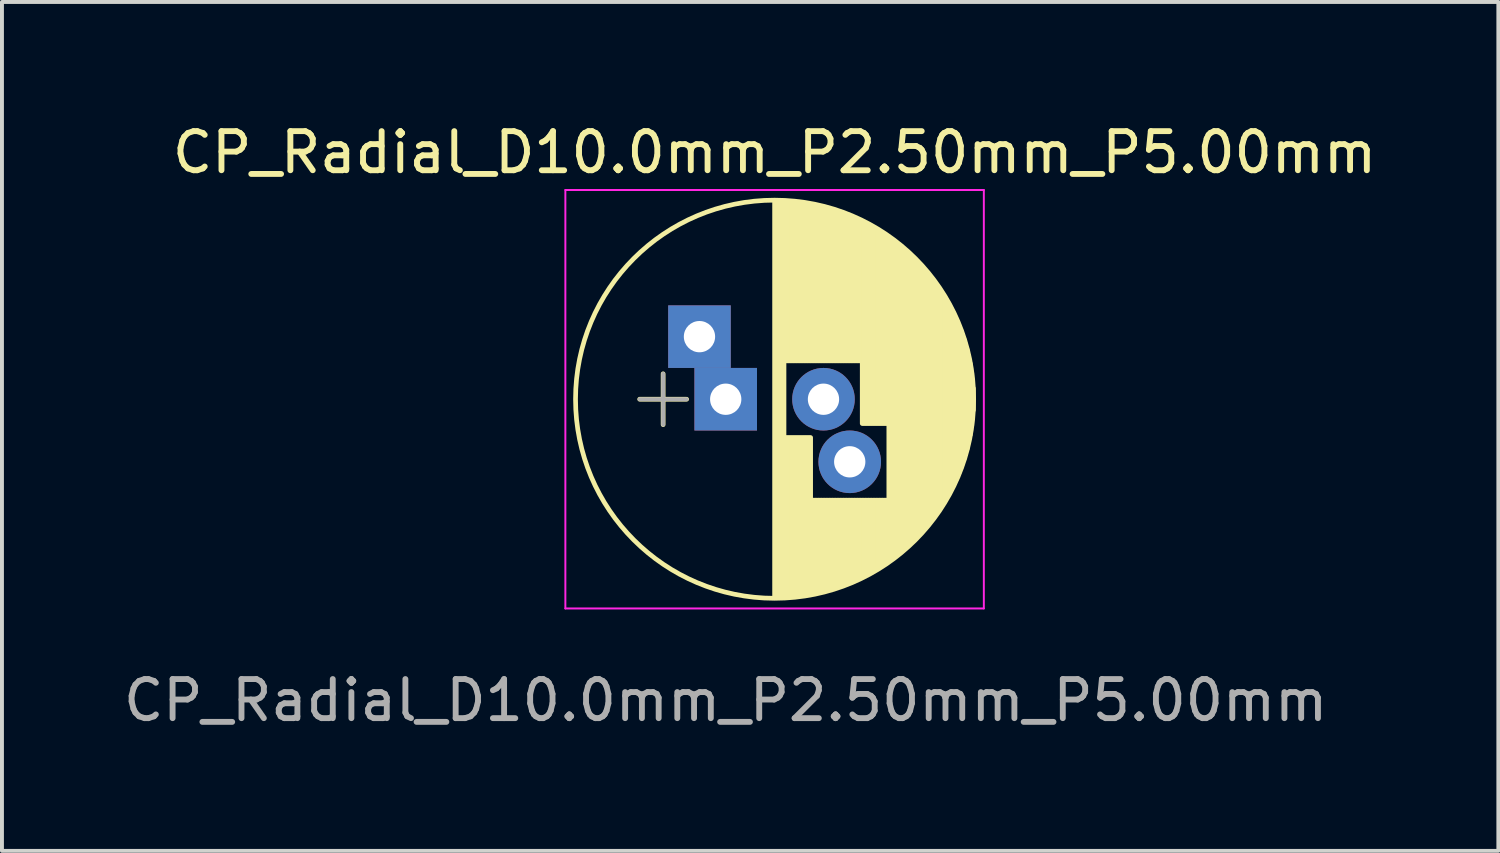
<source format=kicad_pcb>
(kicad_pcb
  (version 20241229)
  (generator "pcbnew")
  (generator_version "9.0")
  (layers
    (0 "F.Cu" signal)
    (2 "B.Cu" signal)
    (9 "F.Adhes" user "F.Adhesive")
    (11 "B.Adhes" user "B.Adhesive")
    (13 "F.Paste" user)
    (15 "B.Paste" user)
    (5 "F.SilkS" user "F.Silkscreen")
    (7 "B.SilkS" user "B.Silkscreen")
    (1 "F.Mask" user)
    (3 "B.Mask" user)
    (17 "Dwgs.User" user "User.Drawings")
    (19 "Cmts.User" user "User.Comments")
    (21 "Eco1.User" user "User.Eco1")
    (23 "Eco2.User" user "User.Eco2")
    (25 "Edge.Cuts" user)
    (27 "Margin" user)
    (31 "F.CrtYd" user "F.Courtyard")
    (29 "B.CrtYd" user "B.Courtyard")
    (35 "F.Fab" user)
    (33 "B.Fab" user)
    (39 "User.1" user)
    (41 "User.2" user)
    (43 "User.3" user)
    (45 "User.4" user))
  (footprint "CP_Radial_D10.0mm_P2.50mm_P5.00mm"
    (layer "F.Cu")
    (at 15.506 7.158)
    (property "Reference" "CP_Radial_D10.0mm_P2.50mm_P5.00mm" (at 1.25 -6.31 0) (layer "F.SilkS") (effects (font (size 1 1) (thickness 0.15))))
    (attr through_hole)
    (fp_line (start -2.2 0) (end -1 0) (stroke (width 0.12) (type solid)) (layer "F.SilkS"))
    (fp_line (start -1.6 -0.65) (end -1.6 0.65) (stroke (width 0.12) (type solid)) (layer "F.SilkS"))
    (fp_line (start 1.25 -5.05) (end 1.25 5.05) (stroke (width 0.12) (type solid)) (layer "F.SilkS"))
    (fp_line (start 1.29 -5.05) (end 1.29 5.05) (stroke (width 0.12) (type solid)) (layer "F.SilkS"))
    (fp_line (start 1.33 -5.05) (end 1.33 5.05) (stroke (width 0.12) (type solid)) (layer "F.SilkS"))
    (fp_line (start 1.37 -5.049) (end 1.37 5.049) (stroke (width 0.12) (type solid)) (layer "F.SilkS"))
    (fp_line (start 1.41 -5.048) (end 1.41 5.048) (stroke (width 0.12) (type solid)) (layer "F.SilkS"))
    (fp_line (start 1.45 -5.047) (end 1.45 5.047) (stroke (width 0.12) (type solid)) (layer "F.SilkS"))
    (fp_line (start 1.49 -5.045) (end 1.49 5.045) (stroke (width 0.12) (type solid)) (layer "F.SilkS"))
    (fp_line (start 1.53 -5.043) (end 1.53 -0.98) (stroke (width 0.12) (type solid)) (layer "F.SilkS"))
    (fp_line (start 1.53 0.98) (end 1.53 5.043) (stroke (width 0.12) (type solid)) (layer "F.SilkS"))
    (fp_line (start 1.57 -5.04) (end 1.57 -0.98) (stroke (width 0.12) (type solid)) (layer "F.SilkS"))
    (fp_line (start 1.57 0.98) (end 1.57 5.04) (stroke (width 0.12) (type solid)) (layer "F.SilkS"))
    (fp_line (start 1.61 -5.038) (end 1.61 -0.98) (stroke (width 0.12) (type solid)) (layer "F.SilkS"))
    (fp_line (start 1.61 0.98) (end 1.61 5.038) (stroke (width 0.12) (type solid)) (layer "F.SilkS"))
    (fp_line (start 1.65 -5.035) (end 1.65 -0.98) (stroke (width 0.12) (type solid)) (layer "F.SilkS"))
    (fp_line (start 1.65 0.98) (end 1.65 5.035) (stroke (width 0.12) (type solid)) (layer "F.SilkS"))
    (fp_line (start 1.69 -5.031) (end 1.69 -0.98) (stroke (width 0.12) (type solid)) (layer "F.SilkS"))
    (fp_line (start 1.69 0.98) (end 1.69 5.031) (stroke (width 0.12) (type solid)) (layer "F.SilkS"))
    (fp_line (start 1.73 -5.028) (end 1.73 -0.98) (stroke (width 0.12) (type solid)) (layer "F.SilkS"))
    (fp_line (start 1.73 0.98) (end 1.73 5.028) (stroke (width 0.12) (type solid)) (layer "F.SilkS"))
    (fp_line (start 1.77 -5.024) (end 1.77 -0.98) (stroke (width 0.12) (type solid)) (layer "F.SilkS"))
    (fp_line (start 1.77 0.98) (end 1.77 5.024) (stroke (width 0.12) (type solid)) (layer "F.SilkS"))
    (fp_line (start 1.81 -5.02) (end 1.81 -0.98) (stroke (width 0.12) (type solid)) (layer "F.SilkS"))
    (fp_line (start 1.81 0.98) (end 1.81 5.02) (stroke (width 0.12) (type solid)) (layer "F.SilkS"))
    (fp_line (start 1.85 -5.015) (end 1.85 -0.98) (stroke (width 0.12) (type solid)) (layer "F.SilkS"))
    (fp_line (start 1.85 0.98) (end 1.85 5.015) (stroke (width 0.12) (type solid)) (layer "F.SilkS"))
    (fp_line (start 1.89 -5.01) (end 1.89 -0.98) (stroke (width 0.12) (type solid)) (layer "F.SilkS"))
    (fp_line (start 1.89 0.98) (end 1.89 5.01) (stroke (width 0.12) (type solid)) (layer "F.SilkS"))
    (fp_line (start 1.93 -5.005) (end 1.93 -0.98) (stroke (width 0.12) (type solid)) (layer "F.SilkS"))
    (fp_line (start 1.93 0.98) (end 1.93 5.005) (stroke (width 0.12) (type solid)) (layer "F.SilkS"))
    (fp_line (start 1.971 -4.999) (end 1.971 -0.98) (stroke (width 0.12) (type solid)) (layer "F.SilkS"))
    (fp_line (start 1.971 0.98) (end 1.971 4.999) (stroke (width 0.12) (type solid)) (layer "F.SilkS"))
    (fp_line (start 2.011 -4.993) (end 2.011 -0.98) (stroke (width 0.12) (type solid)) (layer "F.SilkS"))
    (fp_line (start 2.011 0.98) (end 2.011 4.993) (stroke (width 0.12) (type solid)) (layer "F.SilkS"))
    (fp_line (start 2.051 -4.987) (end 2.051 -0.98) (stroke (width 0.12) (type solid)) (layer "F.SilkS"))
    (fp_line (start 2.051 0.98) (end 2.051 4.987) (stroke (width 0.12) (type solid)) (layer "F.SilkS"))
    (fp_line (start 2.091 -4.981) (end 2.091 -0.98) (stroke (width 0.12) (type solid)) (layer "F.SilkS"))
    (fp_line (start 2.091 0.98) (end 2.091 4.981) (stroke (width 0.12) (type solid)) (layer "F.SilkS"))
    (fp_line (start 2.131 -4.974) (end 2.131 -0.98) (stroke (width 0.12) (type solid)) (layer "F.SilkS"))
    (fp_line (start 2.131 0.98) (end 2.131 4.974) (stroke (width 0.12) (type solid)) (layer "F.SilkS"))
    (fp_line (start 2.171 -4.967) (end 2.171 -0.98) (stroke (width 0.12) (type solid)) (layer "F.SilkS"))
    (fp_line (start 2.171 0.98) (end 2.171 4.967) (stroke (width 0.12) (type solid)) (layer "F.SilkS"))
    (fp_line (start 2.211 -4.959) (end 2.211 -0.98) (stroke (width 0.12) (type solid)) (layer "F.SilkS"))
    (fp_line (start 2.211 2.58) (end 2.211 4.959) (stroke (width 0.12) (type solid)) (layer "F.SilkS"))
    (fp_line (start 2.251 -4.951) (end 2.251 -0.98) (stroke (width 0.12) (type solid)) (layer "F.SilkS"))
    (fp_line (start 2.251 2.58) (end 2.251 4.951) (stroke (width 0.12) (type solid)) (layer "F.SilkS"))
    (fp_line (start 2.291 -4.943) (end 2.291 -0.98) (stroke (width 0.12) (type solid)) (layer "F.SilkS"))
    (fp_line (start 2.291 2.58) (end 2.291 4.943) (stroke (width 0.12) (type solid)) (layer "F.SilkS"))
    (fp_line (start 2.331 -4.935) (end 2.331 -0.98) (stroke (width 0.12) (type solid)) (layer "F.SilkS"))
    (fp_line (start 2.331 2.58) (end 2.331 4.935) (stroke (width 0.12) (type solid)) (layer "F.SilkS"))
    (fp_line (start 2.371 -4.926) (end 2.371 -0.98) (stroke (width 0.12) (type solid)) (layer "F.SilkS"))
    (fp_line (start 2.371 2.58) (end 2.371 4.926) (stroke (width 0.12) (type solid)) (layer "F.SilkS"))
    (fp_line (start 2.411 -4.917) (end 2.411 -0.98) (stroke (width 0.12) (type solid)) (layer "F.SilkS"))
    (fp_line (start 2.411 2.58) (end 2.411 4.917) (stroke (width 0.12) (type solid)) (layer "F.SilkS"))
    (fp_line (start 2.451 -4.907) (end 2.451 -0.98) (stroke (width 0.12) (type solid)) (layer "F.SilkS"))
    (fp_line (start 2.451 2.58) (end 2.451 4.907) (stroke (width 0.12) (type solid)) (layer "F.SilkS"))
    (fp_line (start 2.491 -4.897) (end 2.491 -0.98) (stroke (width 0.12) (type solid)) (layer "F.SilkS"))
    (fp_line (start 2.491 2.58) (end 2.491 4.897) (stroke (width 0.12) (type solid)) (layer "F.SilkS"))
    (fp_line (start 2.531 -4.887) (end 2.531 -0.98) (stroke (width 0.12) (type solid)) (layer "F.SilkS"))
    (fp_line (start 2.531 2.58) (end 2.531 4.887) (stroke (width 0.12) (type solid)) (layer "F.SilkS"))
    (fp_line (start 2.571 -4.876) (end 2.571 -0.98) (stroke (width 0.12) (type solid)) (layer "F.SilkS"))
    (fp_line (start 2.571 2.58) (end 2.571 4.876) (stroke (width 0.12) (type solid)) (layer "F.SilkS"))
    (fp_line (start 2.611 -4.865) (end 2.611 -0.98) (stroke (width 0.12) (type solid)) (layer "F.SilkS"))
    (fp_line (start 2.611 2.58) (end 2.611 4.865) (stroke (width 0.12) (type solid)) (layer "F.SilkS"))
    (fp_line (start 2.651 -4.854) (end 2.651 -0.98) (stroke (width 0.12) (type solid)) (layer "F.SilkS"))
    (fp_line (start 2.651 2.58) (end 2.651 4.854) (stroke (width 0.12) (type solid)) (layer "F.SilkS"))
    (fp_line (start 2.691 -4.843) (end 2.691 -0.98) (stroke (width 0.12) (type solid)) (layer "F.SilkS"))
    (fp_line (start 2.691 2.58) (end 2.691 4.843) (stroke (width 0.12) (type solid)) (layer "F.SilkS"))
    (fp_line (start 2.731 -4.831) (end 2.731 -0.98) (stroke (width 0.12) (type solid)) (layer "F.SilkS"))
    (fp_line (start 2.731 2.58) (end 2.731 4.831) (stroke (width 0.12) (type solid)) (layer "F.SilkS"))
    (fp_line (start 2.771 -4.818) (end 2.771 -0.98) (stroke (width 0.12) (type solid)) (layer "F.SilkS"))
    (fp_line (start 2.771 2.58) (end 2.771 4.818) (stroke (width 0.12) (type solid)) (layer "F.SilkS"))
    (fp_line (start 2.811 -4.806) (end 2.811 -0.98) (stroke (width 0.12) (type solid)) (layer "F.SilkS"))
    (fp_line (start 2.811 2.58) (end 2.811 4.806) (stroke (width 0.12) (type solid)) (layer "F.SilkS"))
    (fp_line (start 2.851 -4.792) (end 2.851 -0.98) (stroke (width 0.12) (type solid)) (layer "F.SilkS"))
    (fp_line (start 2.851 2.58) (end 2.851 4.792) (stroke (width 0.12) (type solid)) (layer "F.SilkS"))
    (fp_line (start 2.891 -4.779) (end 2.891 -0.98) (stroke (width 0.12) (type solid)) (layer "F.SilkS"))
    (fp_line (start 2.891 2.58) (end 2.891 4.779) (stroke (width 0.12) (type solid)) (layer "F.SilkS"))
    (fp_line (start 2.931 -4.765) (end 2.931 -0.98) (stroke (width 0.12) (type solid)) (layer "F.SilkS"))
    (fp_line (start 2.931 2.58) (end 2.931 4.765) (stroke (width 0.12) (type solid)) (layer "F.SilkS"))
    (fp_line (start 2.971 -4.751) (end 2.971 -0.98) (stroke (width 0.12) (type solid)) (layer "F.SilkS"))
    (fp_line (start 2.971 2.58) (end 2.971 4.751) (stroke (width 0.12) (type solid)) (layer "F.SilkS"))
    (fp_line (start 3.011 -4.737) (end 3.011 -0.98) (stroke (width 0.12) (type solid)) (layer "F.SilkS"))
    (fp_line (start 3.011 2.58) (end 3.011 4.737) (stroke (width 0.12) (type solid)) (layer "F.SilkS"))
    (fp_line (start 3.051 -4.722) (end 3.051 -0.98) (stroke (width 0.12) (type solid)) (layer "F.SilkS"))
    (fp_line (start 3.051 2.58) (end 3.051 4.722) (stroke (width 0.12) (type solid)) (layer "F.SilkS"))
    (fp_line (start 3.091 -4.706) (end 3.091 -0.98) (stroke (width 0.12) (type solid)) (layer "F.SilkS"))
    (fp_line (start 3.091 2.58) (end 3.091 4.706) (stroke (width 0.12) (type solid)) (layer "F.SilkS"))
    (fp_line (start 3.131 -4.691) (end 3.131 -0.98) (stroke (width 0.12) (type solid)) (layer "F.SilkS"))
    (fp_line (start 3.131 2.58) (end 3.131 4.691) (stroke (width 0.12) (type solid)) (layer "F.SilkS"))
    (fp_line (start 3.171 -4.674) (end 3.171 -0.98) (stroke (width 0.12) (type solid)) (layer "F.SilkS"))
    (fp_line (start 3.171 2.58) (end 3.171 4.674) (stroke (width 0.12) (type solid)) (layer "F.SilkS"))
    (fp_line (start 3.211 -4.658) (end 3.211 -0.98) (stroke (width 0.12) (type solid)) (layer "F.SilkS"))
    (fp_line (start 3.211 2.58) (end 3.211 4.658) (stroke (width 0.12) (type solid)) (layer "F.SilkS"))
    (fp_line (start 3.251 -4.641) (end 3.251 -0.98) (stroke (width 0.12) (type solid)) (layer "F.SilkS"))
    (fp_line (start 3.251 2.58) (end 3.251 4.641) (stroke (width 0.12) (type solid)) (layer "F.SilkS"))
    (fp_line (start 3.291 -4.624) (end 3.291 -0.98) (stroke (width 0.12) (type solid)) (layer "F.SilkS"))
    (fp_line (start 3.291 2.58) (end 3.291 4.624) (stroke (width 0.12) (type solid)) (layer "F.SilkS"))
    (fp_line (start 3.331 -4.606) (end 3.331 -0.98) (stroke (width 0.12) (type solid)) (layer "F.SilkS"))
    (fp_line (start 3.331 2.58) (end 3.331 4.606) (stroke (width 0.12) (type solid)) (layer "F.SilkS"))
    (fp_line (start 3.371 -4.588) (end 3.371 -0.98) (stroke (width 0.12) (type solid)) (layer "F.SilkS"))
    (fp_line (start 3.371 2.58) (end 3.371 4.588) (stroke (width 0.12) (type solid)) (layer "F.SilkS"))
    (fp_line (start 3.411 -4.569) (end 3.411 -0.98) (stroke (width 0.12) (type solid)) (layer "F.SilkS"))
    (fp_line (start 3.411 2.58) (end 3.411 4.569) (stroke (width 0.12) (type solid)) (layer "F.SilkS"))
    (fp_line (start 3.451 -4.55) (end 3.451 -0.98) (stroke (width 0.12) (type solid)) (layer "F.SilkS"))
    (fp_line (start 3.451 2.58) (end 3.451 4.55) (stroke (width 0.12) (type solid)) (layer "F.SilkS"))
    (fp_line (start 3.491 -4.531) (end 3.491 0.621) (stroke (width 0.12) (type solid)) (layer "F.SilkS"))
    (fp_line (start 3.491 2.58) (end 3.491 4.531) (stroke (width 0.12) (type solid)) (layer "F.SilkS"))
    (fp_line (start 3.531 -4.511) (end 3.531 0.621) (stroke (width 0.12) (type solid)) (layer "F.SilkS"))
    (fp_line (start 3.531 2.58) (end 3.531 4.511) (stroke (width 0.12) (type solid)) (layer "F.SilkS"))
    (fp_line (start 3.571 -4.491) (end 3.571 0.621) (stroke (width 0.12) (type solid)) (layer "F.SilkS"))
    (fp_line (start 3.571 2.58) (end 3.571 4.491) (stroke (width 0.12) (type solid)) (layer "F.SilkS"))
    (fp_line (start 3.611 -4.47) (end 3.611 0.621) (stroke (width 0.12) (type solid)) (layer "F.SilkS"))
    (fp_line (start 3.611 2.58) (end 3.611 4.47) (stroke (width 0.12) (type solid)) (layer "F.SilkS"))
    (fp_line (start 3.651 -4.449) (end 3.651 0.621) (stroke (width 0.12) (type solid)) (layer "F.SilkS"))
    (fp_line (start 3.651 2.58) (end 3.651 4.449) (stroke (width 0.12) (type solid)) (layer "F.SilkS"))
    (fp_line (start 3.691 -4.428) (end 3.691 0.621) (stroke (width 0.12) (type solid)) (layer "F.SilkS"))
    (fp_line (start 3.691 2.58) (end 3.691 4.428) (stroke (width 0.12) (type solid)) (layer "F.SilkS"))
    (fp_line (start 3.731 -4.405) (end 3.731 0.621) (stroke (width 0.12) (type solid)) (layer "F.SilkS"))
    (fp_line (start 3.731 2.58) (end 3.731 4.405) (stroke (width 0.12) (type solid)) (layer "F.SilkS"))
    (fp_line (start 3.771 -4.383) (end 3.771 0.621) (stroke (width 0.12) (type solid)) (layer "F.SilkS"))
    (fp_line (start 3.771 2.58) (end 3.771 4.383) (stroke (width 0.12) (type solid)) (layer "F.SilkS"))
    (fp_line (start 3.811 -4.36) (end 3.811 0.621) (stroke (width 0.12) (type solid)) (layer "F.SilkS"))
    (fp_line (start 3.811 2.58) (end 3.811 4.36) (stroke (width 0.12) (type solid)) (layer "F.SilkS"))
    (fp_line (start 3.851 -4.336) (end 3.851 0.621) (stroke (width 0.12) (type solid)) (layer "F.SilkS"))
    (fp_line (start 3.851 2.58) (end 3.851 4.336) (stroke (width 0.12) (type solid)) (layer "F.SilkS"))
    (fp_line (start 3.891 -4.312) (end 3.891 0.621) (stroke (width 0.12) (type solid)) (layer "F.SilkS"))
    (fp_line (start 3.891 2.58) (end 3.891 4.312) (stroke (width 0.12) (type solid)) (layer "F.SilkS"))
    (fp_line (start 3.931 -4.288) (end 3.931 0.621) (stroke (width 0.12) (type solid)) (layer "F.SilkS"))
    (fp_line (start 3.931 2.58) (end 3.931 4.288) (stroke (width 0.12) (type solid)) (layer "F.SilkS"))
    (fp_line (start 3.971 -4.263) (end 3.971 0.621) (stroke (width 0.12) (type solid)) (layer "F.SilkS"))
    (fp_line (start 3.971 2.58) (end 3.971 4.263) (stroke (width 0.12) (type solid)) (layer "F.SilkS"))
    (fp_line (start 4.011 -4.237) (end 4.011 0.621) (stroke (width 0.12) (type solid)) (layer "F.SilkS"))
    (fp_line (start 4.011 2.58) (end 4.011 4.237) (stroke (width 0.12) (type solid)) (layer "F.SilkS"))
    (fp_line (start 4.051 -4.211) (end 4.051 0.621) (stroke (width 0.12) (type solid)) (layer "F.SilkS"))
    (fp_line (start 4.051 2.58) (end 4.051 4.211) (stroke (width 0.12) (type solid)) (layer "F.SilkS"))
    (fp_line (start 4.091 -4.185) (end 4.091 0.621) (stroke (width 0.12) (type solid)) (layer "F.SilkS"))
    (fp_line (start 4.091 2.58) (end 4.091 4.185) (stroke (width 0.12) (type solid)) (layer "F.SilkS"))
    (fp_line (start 4.131 -4.157) (end 4.131 0.621) (stroke (width 0.12) (type solid)) (layer "F.SilkS"))
    (fp_line (start 4.131 2.58) (end 4.131 4.157) (stroke (width 0.12) (type solid)) (layer "F.SilkS"))
    (fp_line (start 4.171 -4.13) (end 4.171 4.13) (stroke (width 0.12) (type solid)) (layer "F.SilkS"))
    (fp_line (start 4.211 -4.101) (end 4.211 4.101) (stroke (width 0.12) (type solid)) (layer "F.SilkS"))
    (fp_line (start 4.251 -4.072) (end 4.251 4.072) (stroke (width 0.12) (type solid)) (layer "F.SilkS"))
    (fp_line (start 4.291 -4.043) (end 4.291 4.043) (stroke (width 0.12) (type solid)) (layer "F.SilkS"))
    (fp_line (start 4.331 -4.013) (end 4.331 4.013) (stroke (width 0.12) (type solid)) (layer "F.SilkS"))
    (fp_line (start 4.371 -3.982) (end 4.371 3.982) (stroke (width 0.12) (type solid)) (layer "F.SilkS"))
    (fp_line (start 4.411 -3.951) (end 4.411 3.951) (stroke (width 0.12) (type solid)) (layer "F.SilkS"))
    (fp_line (start 4.451 -3.919) (end 4.451 3.919) (stroke (width 0.12) (type solid)) (layer "F.SilkS"))
    (fp_line (start 4.491 -3.886) (end 4.491 3.886) (stroke (width 0.12) (type solid)) (layer "F.SilkS"))
    (fp_line (start 4.531 -3.853) (end 4.531 3.853) (stroke (width 0.12) (type solid)) (layer "F.SilkS"))
    (fp_line (start 4.571 -3.819) (end 4.571 3.819) (stroke (width 0.12) (type solid)) (layer "F.SilkS"))
    (fp_line (start 4.611 -3.784) (end 4.611 3.784) (stroke (width 0.12) (type solid)) (layer "F.SilkS"))
    (fp_line (start 4.651 -3.748) (end 4.651 3.748) (stroke (width 0.12) (type solid)) (layer "F.SilkS"))
    (fp_line (start 4.691 -3.712) (end 4.691 3.712) (stroke (width 0.12) (type solid)) (layer "F.SilkS"))
    (fp_line (start 4.731 -3.675) (end 4.731 3.675) (stroke (width 0.12) (type solid)) (layer "F.SilkS"))
    (fp_line (start 4.771 -3.637) (end 4.771 3.637) (stroke (width 0.12) (type solid)) (layer "F.SilkS"))
    (fp_line (start 4.811 -3.598) (end 4.811 3.598) (stroke (width 0.12) (type solid)) (layer "F.SilkS"))
    (fp_line (start 4.851 -3.559) (end 4.851 3.559) (stroke (width 0.12) (type solid)) (layer "F.SilkS"))
    (fp_line (start 4.891 -3.518) (end 4.891 3.518) (stroke (width 0.12) (type solid)) (layer "F.SilkS"))
    (fp_line (start 4.931 -3.477) (end 4.931 3.477) (stroke (width 0.12) (type solid)) (layer "F.SilkS"))
    (fp_line (start 4.971 -3.435) (end 4.971 3.435) (stroke (width 0.12) (type solid)) (layer "F.SilkS"))
    (fp_line (start 5.011 -3.391) (end 5.011 3.391) (stroke (width 0.12) (type solid)) (layer "F.SilkS"))
    (fp_line (start 5.051 -3.347) (end 5.051 3.347) (stroke (width 0.12) (type solid)) (layer "F.SilkS"))
    (fp_line (start 5.091 -3.302) (end 5.091 3.302) (stroke (width 0.12) (type solid)) (layer "F.SilkS"))
    (fp_line (start 5.131 -3.255) (end 5.131 3.255) (stroke (width 0.12) (type solid)) (layer "F.SilkS"))
    (fp_line (start 5.171 -3.207) (end 5.171 3.207) (stroke (width 0.12) (type solid)) (layer "F.SilkS"))
    (fp_line (start 5.211 -3.158) (end 5.211 3.158) (stroke (width 0.12) (type solid)) (layer "F.SilkS"))
    (fp_line (start 5.251 -3.108) (end 5.251 3.108) (stroke (width 0.12) (type solid)) (layer "F.SilkS"))
    (fp_line (start 5.291 -3.057) (end 5.291 3.057) (stroke (width 0.12) (type solid)) (layer "F.SilkS"))
    (fp_line (start 5.331 -3.004) (end 5.331 3.004) (stroke (width 0.12) (type solid)) (layer "F.SilkS"))
    (fp_line (start 5.371 -2.949) (end 5.371 2.949) (stroke (width 0.12) (type solid)) (layer "F.SilkS"))
    (fp_line (start 5.411 -2.894) (end 5.411 2.894) (stroke (width 0.12) (type solid)) (layer "F.SilkS"))
    (fp_line (start 5.451 -2.836) (end 5.451 2.836) (stroke (width 0.12) (type solid)) (layer "F.SilkS"))
    (fp_line (start 5.491 -2.777) (end 5.491 2.777) (stroke (width 0.12) (type solid)) (layer "F.SilkS"))
    (fp_line (start 5.531 -2.715) (end 5.531 2.715) (stroke (width 0.12) (type solid)) (layer "F.SilkS"))
    (fp_line (start 5.571 -2.652) (end 5.571 2.652) (stroke (width 0.12) (type solid)) (layer "F.SilkS"))
    (fp_line (start 5.611 -2.587) (end 5.611 2.587) (stroke (width 0.12) (type solid)) (layer "F.SilkS"))
    (fp_line (start 5.651 -2.519) (end 5.651 2.519) (stroke (width 0.12) (type solid)) (layer "F.SilkS"))
    (fp_line (start 5.691 -2.449) (end 5.691 2.449) (stroke (width 0.12) (type solid)) (layer "F.SilkS"))
    (fp_line (start 5.731 -2.377) (end 5.731 2.377) (stroke (width 0.12) (type solid)) (layer "F.SilkS"))
    (fp_line (start 5.771 -2.301) (end 5.771 2.301) (stroke (width 0.12) (type solid)) (layer "F.SilkS"))
    (fp_line (start 5.811 -2.222) (end 5.811 2.222) (stroke (width 0.12) (type solid)) (layer "F.SilkS"))
    (fp_line (start 5.851 -2.14) (end 5.851 2.14) (stroke (width 0.12) (type solid)) (layer "F.SilkS"))
    (fp_line (start 5.891 -2.053) (end 5.891 2.053) (stroke (width 0.12) (type solid)) (layer "F.SilkS"))
    (fp_line (start 5.931 -1.962) (end 5.931 1.962) (stroke (width 0.12) (type solid)) (layer "F.SilkS"))
    (fp_line (start 5.971 -1.866) (end 5.971 1.866) (stroke (width 0.12) (type solid)) (layer "F.SilkS"))
    (fp_line (start 6.011 -1.763) (end 6.011 1.763) (stroke (width 0.12) (type solid)) (layer "F.SilkS"))
    (fp_line (start 6.051 -1.654) (end 6.051 1.654) (stroke (width 0.12) (type solid)) (layer "F.SilkS"))
    (fp_line (start 6.091 -1.536) (end 6.091 1.536) (stroke (width 0.12) (type solid)) (layer "F.SilkS"))
    (fp_line (start 6.131 -1.407) (end 6.131 1.407) (stroke (width 0.12) (type solid)) (layer "F.SilkS"))
    (fp_line (start 6.171 -1.265) (end 6.171 1.265) (stroke (width 0.12) (type solid)) (layer "F.SilkS"))
    (fp_line (start 6.211 -1.104) (end 6.211 1.104) (stroke (width 0.12) (type solid)) (layer "F.SilkS"))
    (fp_line (start 6.251 -0.913) (end 6.251 0.913) (stroke (width 0.12) (type solid)) (layer "F.SilkS"))
    (fp_line (start 6.291 -0.672) (end 6.291 0.672) (stroke (width 0.12) (type solid)) (layer "F.SilkS"))
    (fp_line (start 6.331 -0.279) (end 6.331 0.279) (stroke (width 0.12) (type solid)) (layer "F.SilkS"))
    (fp_circle (center 1.25 0) (end 6.34 0) (stroke (width 0.12) (type solid)) (fill no) (layer "F.SilkS"))
    (fp_line (start -4.1 -5.35) (end -4.1 5.35) (stroke (width 0.05) (type solid)) (layer "F.CrtYd"))
    (fp_line (start -4.1 5.35) (end 6.6 5.35) (stroke (width 0.05) (type solid)) (layer "F.CrtYd"))
    (fp_line (start 6.6 -5.35) (end -4.1 -5.35) (stroke (width 0.05) (type solid)) (layer "F.CrtYd"))
    (fp_line (start 6.6 5.35) (end 6.6 -5.35) (stroke (width 0.05) (type solid)) (layer "F.CrtYd"))
    (fp_line (start -2.2 0) (end -1 0) (stroke (width 0.1) (type solid)) (layer "F.Fab"))
    (fp_line (start -1.6 -0.65) (end -1.6 0.65) (stroke (width 0.1) (type solid)) (layer "F.Fab"))
    (fp_text user "${REFERENCE}" (at 0 7.7 0) (layer "F.Fab") (effects (font (size 1 1) (thickness 0.15))))
    (pad "1" thru_hole rect (at -0.671 -1.6) (size 1.6 1.6) (drill 0.8) (layers "*.Cu" "*.Mask"))
    (pad "1" thru_hole rect (at 0 0) (size 1.6 1.6) (drill 0.8) (layers "*.Cu" "*.Mask"))
    (pad "2" thru_hole circle (at 2.5 0) (size 1.6 1.6) (drill 0.8) (layers "*.Cu" "*.Mask"))
    (pad "2" thru_hole circle (at 3.171 1.6) (size 1.6 1.6) (drill 0.8) (layers "*.Cu" "*.Mask")))
  (gr_rect
    (start -3 -3)
    (end 35.262 18.706)
    (stroke (width 0.1) (type default))
    (fill no)
    (layer "Edge.Cuts")))
</source>
